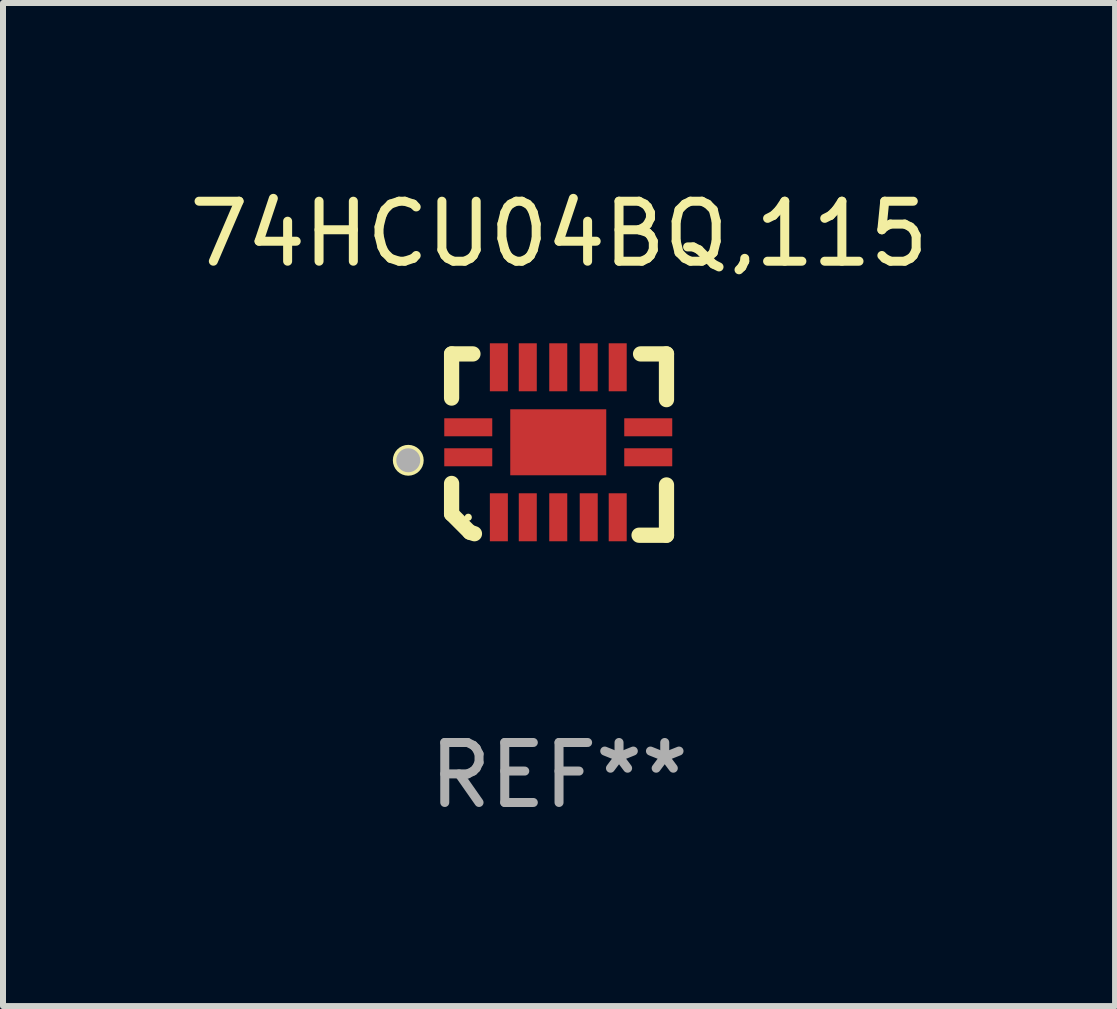
<source format=kicad_pcb>
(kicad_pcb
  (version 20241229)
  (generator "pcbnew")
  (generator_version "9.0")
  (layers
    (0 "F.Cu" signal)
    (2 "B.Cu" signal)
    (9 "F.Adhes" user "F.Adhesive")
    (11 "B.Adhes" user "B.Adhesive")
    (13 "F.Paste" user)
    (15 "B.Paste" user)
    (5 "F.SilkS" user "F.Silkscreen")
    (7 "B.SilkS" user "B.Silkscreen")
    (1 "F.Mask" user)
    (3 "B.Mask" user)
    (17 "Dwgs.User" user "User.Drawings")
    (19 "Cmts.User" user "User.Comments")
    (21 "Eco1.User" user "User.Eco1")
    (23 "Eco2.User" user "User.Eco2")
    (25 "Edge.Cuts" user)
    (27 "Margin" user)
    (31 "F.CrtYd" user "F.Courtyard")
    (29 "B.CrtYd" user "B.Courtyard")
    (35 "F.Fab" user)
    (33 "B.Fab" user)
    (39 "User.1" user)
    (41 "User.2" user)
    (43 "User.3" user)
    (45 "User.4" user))
  (footprint "74HCU04BQ,115"
    (layer "F.Cu")
    (at 6.268 4.36)
    (property "Reference" "74HCU04BQ,115" (at 0 -3.511 0) (layer "F.SilkS") (effects (font (size 1 1) (thickness 0.15))))
    (attr through_hole)
    (fp_line (start -1.791 -1.511) (end -1.435 -1.511) (stroke (width 0.254) (type solid)) (layer "F.SilkS"))
    (fp_line (start -1.791 -0.775) (end -1.791 -1.511) (stroke (width 0.254) (type solid)) (layer "F.SilkS"))
    (fp_line (start -1.791 1.156) (end -1.791 0.648) (stroke (width 0.254) (type solid)) (layer "F.SilkS"))
    (fp_line (start -1.486 1.461) (end -1.791 1.156) (stroke (width 0.254) (type solid)) (layer "F.SilkS"))
    (fp_line (start -1.41 1.486) (end -1.486 1.461) (stroke (width 0.254) (type solid)) (layer "F.SilkS"))
    (fp_line (start 1.334 1.511) (end 1.791 1.511) (stroke (width 0.254) (type solid)) (layer "F.SilkS"))
    (fp_line (start 1.791 -1.511) (end 1.359 -1.511) (stroke (width 0.254) (type solid)) (layer "F.SilkS"))
    (fp_line (start 1.791 -0.749) (end 1.791 -1.511) (stroke (width 0.254) (type solid)) (layer "F.SilkS"))
    (fp_line (start 1.791 1.511) (end 1.791 0.673) (stroke (width 0.254) (type solid)) (layer "F.SilkS"))
    (fp_circle (center -2.513 0.262) (end -2.383 0.262) (stroke (width 0.254) (type solid)) (fill no) (layer "F.SilkS"))
    (fp_circle (center -1.513 1.212) (end -1.483 1.212) (stroke (width 0.06) (type solid)) (fill no) (layer "F.SilkS"))
    (fp_circle (center -2.513 0.262) (end -2.413 0.262) (stroke (width 0.2) (type solid)) (fill no) (layer "F.Fab"))
    (fp_text user "REF**" (at 0 5.511 0) (layer "F.Fab") (effects (font (size 1 1) (thickness 0.15))))
    (pad "1" smd rect (at -1.513 0.212) (size 0.8 0.3) (layers "F.Cu" "F.Mask" "F.Paste"))
    (pad "2" smd rect (at -1.003 1.212) (size 0.3 0.8) (layers "F.Cu" "F.Mask" "F.Paste"))
    (pad "3" smd rect (at -0.521 1.212) (size 0.3 0.8) (layers "F.Cu" "F.Mask" "F.Paste"))
    (pad "4" smd rect (at -0.013 1.212) (size 0.3 0.8) (layers "F.Cu" "F.Mask" "F.Paste"))
    (pad "5" smd rect (at 0.495 1.212) (size 0.3 0.8) (layers "F.Cu" "F.Mask" "F.Paste"))
    (pad "6" smd rect (at 0.978 1.212) (size 0.3 0.8) (layers "F.Cu" "F.Mask" "F.Paste"))
    (pad "7" smd rect (at 1.487 0.212) (size 0.8 0.3) (layers "F.Cu" "F.Mask" "F.Paste"))
    (pad "8" smd rect (at 1.487 -0.288) (size 0.8 0.3) (layers "F.Cu" "F.Mask" "F.Paste"))
    (pad "9" smd rect (at 0.978 -1.288) (size 0.3 0.8) (layers "F.Cu" "F.Mask" "F.Paste"))
    (pad "10" smd rect (at 0.495 -1.288) (size 0.3 0.8) (layers "F.Cu" "F.Mask" "F.Paste"))
    (pad "11" smd rect (at -0.013 -1.288) (size 0.3 0.8) (layers "F.Cu" "F.Mask" "F.Paste"))
    (pad "12" smd rect (at -0.521 -1.288) (size 0.3 0.8) (layers "F.Cu" "F.Mask" "F.Paste"))
    (pad "13" smd rect (at -1.003 -1.288) (size 0.3 0.8) (layers "F.Cu" "F.Mask" "F.Paste"))
    (pad "14" smd rect (at -1.513 -0.288) (size 0.8 0.3) (layers "F.Cu" "F.Mask" "F.Paste"))
    (pad "15" smd rect (at -0.013 -0.038 90) (size 1.1 1.6) (layers "F.Cu" "F.Mask" "F.Paste")))
  (gr_rect
    (start -3 -3)
    (end 15.536 13.719)
    (stroke (width 0.1) (type default))
    (fill no)
    (layer "Edge.Cuts")))
</source>
